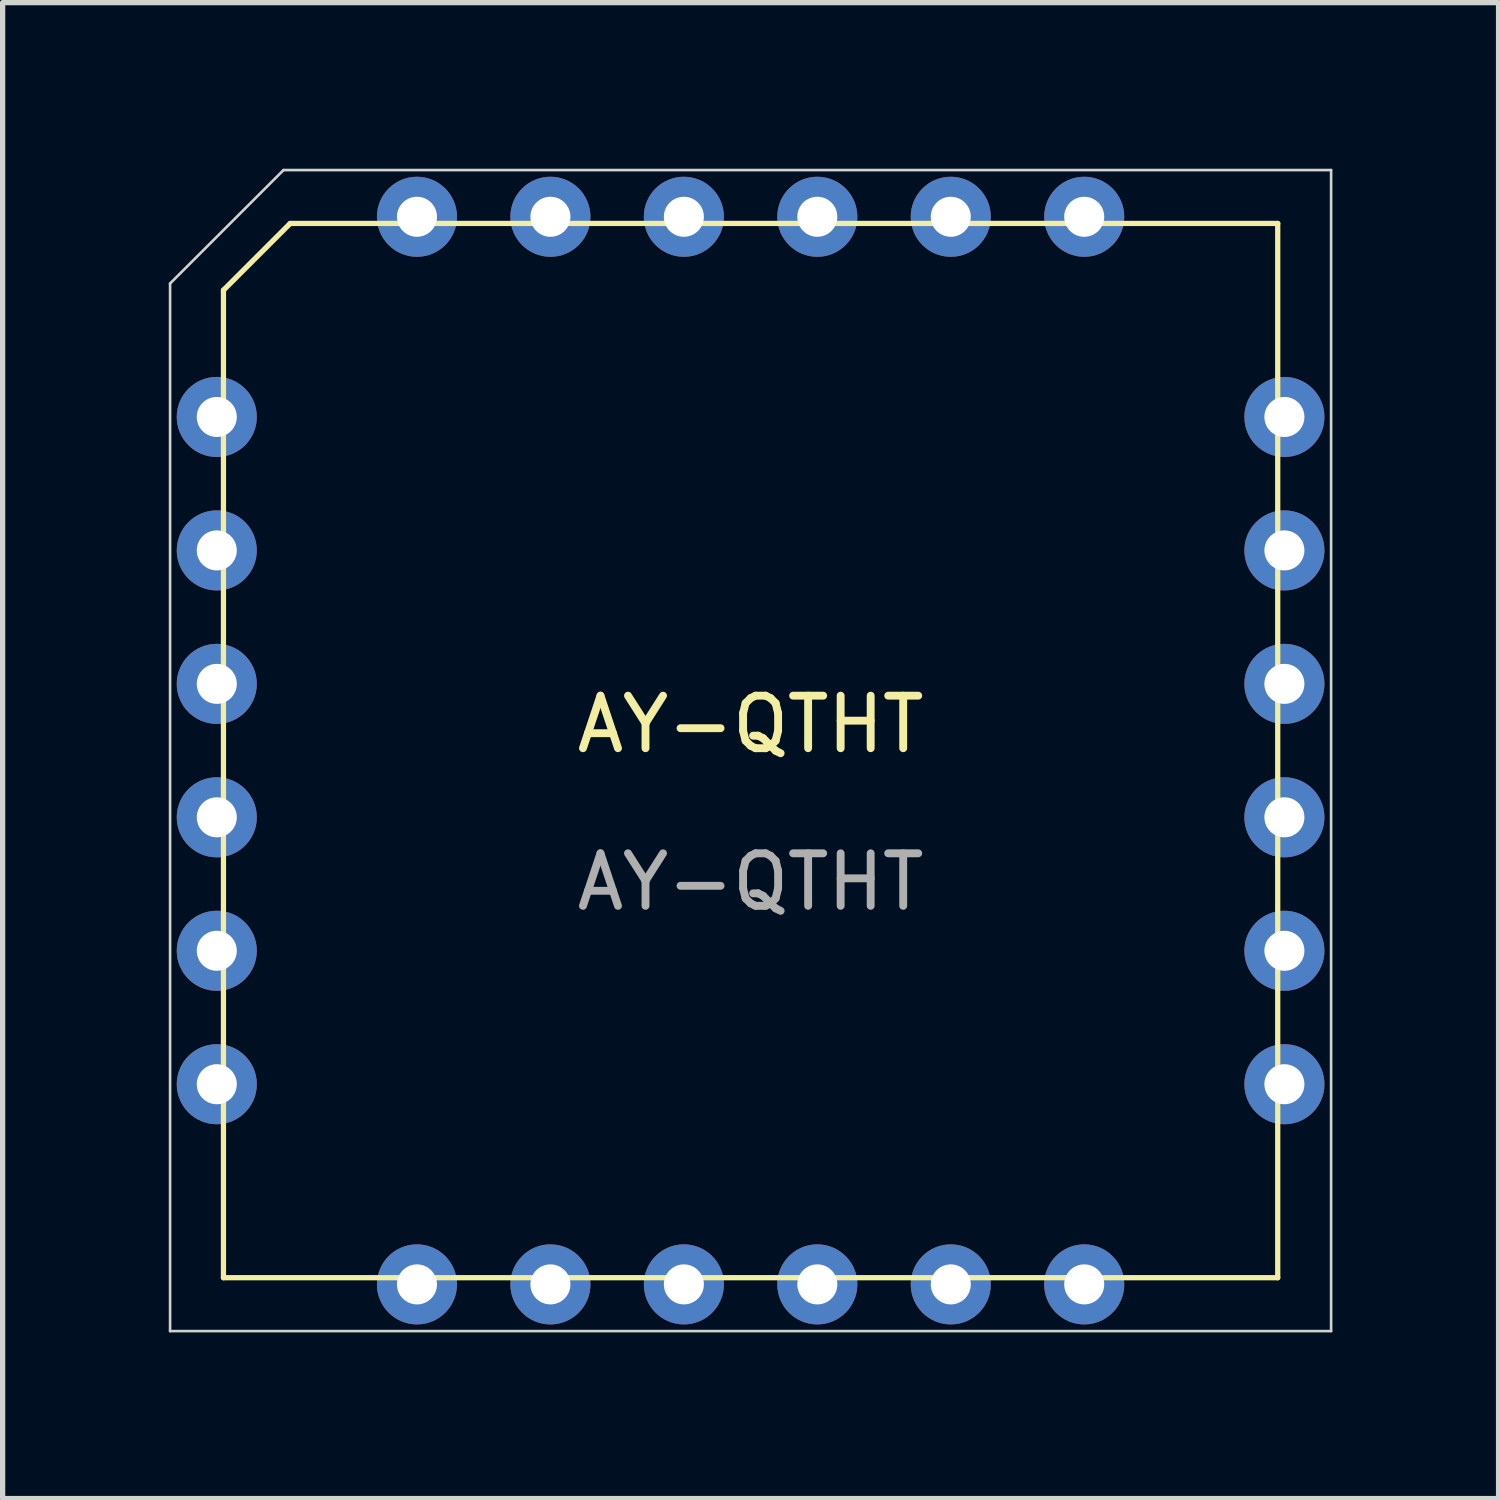
<source format=kicad_pcb>
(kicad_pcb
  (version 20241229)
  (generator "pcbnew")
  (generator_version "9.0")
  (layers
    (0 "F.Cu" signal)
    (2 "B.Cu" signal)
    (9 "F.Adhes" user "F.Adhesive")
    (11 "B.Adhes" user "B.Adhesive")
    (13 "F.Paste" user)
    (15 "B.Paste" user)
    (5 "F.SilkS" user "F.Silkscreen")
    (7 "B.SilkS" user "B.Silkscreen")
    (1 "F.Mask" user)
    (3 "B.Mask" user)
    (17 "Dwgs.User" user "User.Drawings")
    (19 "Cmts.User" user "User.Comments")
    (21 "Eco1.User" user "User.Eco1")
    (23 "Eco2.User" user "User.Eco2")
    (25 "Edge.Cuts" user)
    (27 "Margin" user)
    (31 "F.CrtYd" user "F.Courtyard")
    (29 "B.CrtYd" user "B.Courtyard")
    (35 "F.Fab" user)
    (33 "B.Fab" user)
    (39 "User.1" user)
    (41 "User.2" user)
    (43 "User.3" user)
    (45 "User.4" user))
  (footprint "AY-QTHT"
    (layer "F.Cu")
    (at 11.236 11.236)
    (property "Reference" "AY-QTHT" (at 0 -0.5 0) (unlocked yes) (layer "F.SilkS") (effects (font (size 1 1) (thickness 0.15))))
    (attr through_hole)
    (fp_line (start -10.033 -8.763) (end -8.763 -10.033) (stroke (width 0.1) (type default)) (layer "F.SilkS"))
    (fp_line (start -10.033 10.033) (end -10.033 -8.763) (stroke (width 0.1) (type default)) (layer "F.SilkS"))
    (fp_line (start -8.763 -10.033) (end 10.033 -10.033) (stroke (width 0.1) (type default)) (layer "F.SilkS"))
    (fp_line (start 10.033 -10.033) (end 10.033 10.033) (stroke (width 0.1) (type default)) (layer "F.SilkS"))
    (fp_line (start 10.033 10.033) (end -10.033 10.033) (stroke (width 0.1) (type default)) (layer "F.SilkS"))
    (fp_line (start -11.049 -8.89) (end -8.89 -11.049) (stroke (width 0.05) (type default)) (layer "Edge.Cuts"))
    (fp_line (start -11.049 11.049) (end -11.049 -8.89) (stroke (width 0.05) (type default)) (layer "Edge.Cuts"))
    (fp_line (start -8.89 -11.049) (end 11.049 -11.049) (stroke (width 0.05) (type default)) (layer "Edge.Cuts"))
    (fp_line (start 11.049 -11.049) (end 11.049 11.049) (stroke (width 0.05) (type default)) (layer "Edge.Cuts"))
    (fp_line (start 11.049 11.049) (end -11.049 11.049) (stroke (width 0.05) (type default)) (layer "Edge.Cuts"))
    (fp_rect (start -11.176 -11.176) (end 11.176 11.176) (stroke (width 0.12) (type default)) (fill no) (layer "Margin"))
    (fp_text user "${REFERENCE}" (at 0 2.5 0) (unlocked yes) (layer "F.Fab") (effects (font (size 1 1) (thickness 0.15))))
    (pad "1" thru_hole circle (at -6.35 -10.16) (size 1.524 1.524) (drill 0.762) (layers "*.Cu" "*.Mask"))
    (pad "2" thru_hole circle (at -3.81 -10.16) (size 1.524 1.524) (drill 0.762) (layers "*.Cu" "*.Mask"))
    (pad "3" thru_hole circle (at -1.27 -10.16) (size 1.524 1.524) (drill 0.762) (layers "*.Cu" "*.Mask"))
    (pad "4" thru_hole circle (at 1.27 -10.16) (size 1.524 1.524) (drill 0.762) (layers "*.Cu" "*.Mask"))
    (pad "5" thru_hole circle (at 3.81 -10.16) (size 1.524 1.524) (drill 0.762) (layers "*.Cu" "*.Mask"))
    (pad "6" thru_hole circle (at 6.35 -10.16) (size 1.524 1.524) (drill 0.762) (layers "*.Cu" "*.Mask"))
    (pad "7" thru_hole circle (at 10.16 -6.35 90) (size 1.524 1.524) (drill 0.762) (layers "*.Cu" "*.Mask"))
    (pad "8" thru_hole circle (at 10.16 -3.81 90) (size 1.524 1.524) (drill 0.762) (layers "*.Cu" "*.Mask"))
    (pad "9" thru_hole circle (at 10.16 -1.27 90) (size 1.524 1.524) (drill 0.762) (layers "*.Cu" "*.Mask"))
    (pad "10" thru_hole circle (at 10.16 1.27 90) (size 1.524 1.524) (drill 0.762) (layers "*.Cu" "*.Mask"))
    (pad "11" thru_hole circle (at 10.16 3.81 90) (size 1.524 1.524) (drill 0.762) (layers "*.Cu" "*.Mask"))
    (pad "12" thru_hole circle (at 10.16 6.35 90) (size 1.524 1.524) (drill 0.762) (layers "*.Cu" "*.Mask"))
    (pad "13" thru_hole circle (at 6.35 10.16 180) (size 1.524 1.524) (drill 0.762) (layers "*.Cu" "*.Mask"))
    (pad "14" thru_hole circle (at 3.81 10.16 180) (size 1.524 1.524) (drill 0.762) (layers "*.Cu" "*.Mask"))
    (pad "15" thru_hole circle (at 1.27 10.16 180) (size 1.524 1.524) (drill 0.762) (layers "*.Cu" "*.Mask"))
    (pad "16" thru_hole circle (at -1.27 10.16 180) (size 1.524 1.524) (drill 0.762) (layers "*.Cu" "*.Mask"))
    (pad "17" thru_hole circle (at -3.81 10.16 180) (size 1.524 1.524) (drill 0.762) (layers "*.Cu" "*.Mask"))
    (pad "18" thru_hole circle (at -6.35 10.16 180) (size 1.524 1.524) (drill 0.762) (layers "*.Cu" "*.Mask"))
    (pad "19" thru_hole circle (at -10.16 6.35 270) (size 1.524 1.524) (drill 0.762) (layers "*.Cu" "*.Mask"))
    (pad "20" thru_hole circle (at -10.16 3.81 270) (size 1.524 1.524) (drill 0.762) (layers "*.Cu" "*.Mask"))
    (pad "21" thru_hole circle (at -10.16 1.27 270) (size 1.524 1.524) (drill 0.762) (layers "*.Cu" "*.Mask"))
    (pad "22" thru_hole circle (at -10.16 -1.27 270) (size 1.524 1.524) (drill 0.762) (layers "*.Cu" "*.Mask"))
    (pad "23" thru_hole circle (at -10.16 -3.81 270) (size 1.524 1.524) (drill 0.762) (layers "*.Cu" "*.Mask"))
    (pad "24" thru_hole circle (at -10.16 -6.35 270) (size 1.524 1.524) (drill 0.762) (layers "*.Cu" "*.Mask")))
  (gr_rect
    (start -3 -3)
    (end 25.472 25.472)
    (stroke (width 0.1) (type default))
    (fill no)
    (layer "Edge.Cuts")))
</source>
